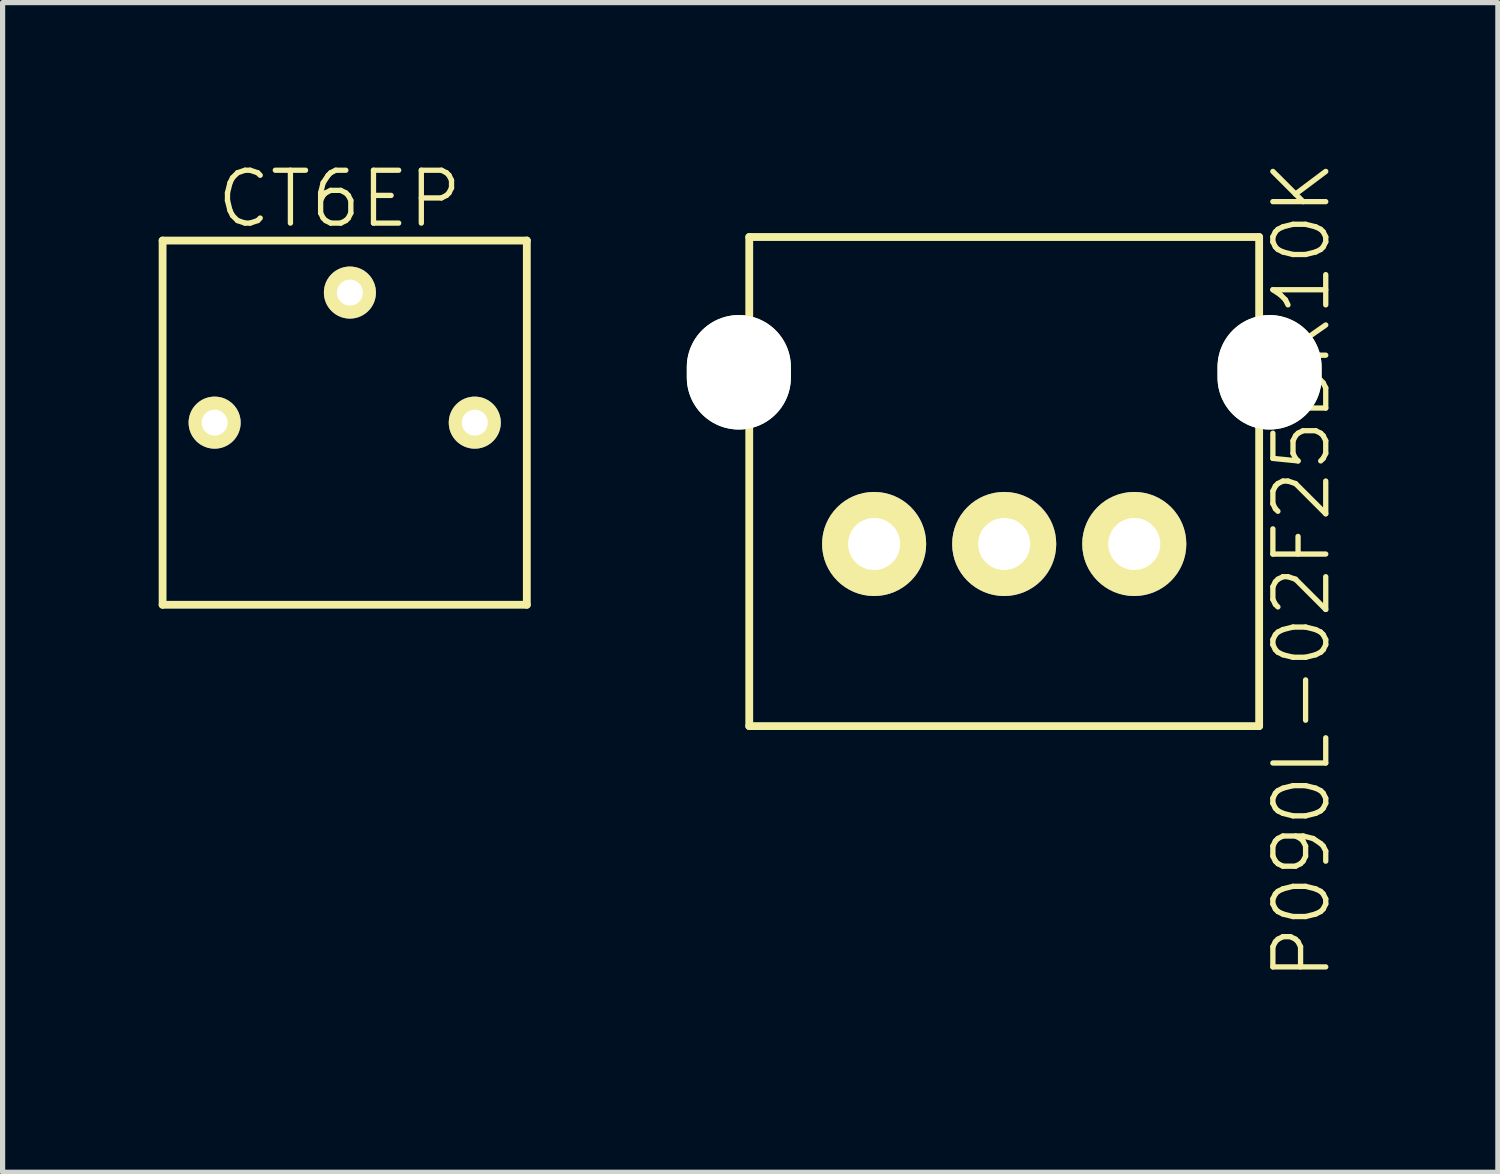
<source format=kicad_pcb>
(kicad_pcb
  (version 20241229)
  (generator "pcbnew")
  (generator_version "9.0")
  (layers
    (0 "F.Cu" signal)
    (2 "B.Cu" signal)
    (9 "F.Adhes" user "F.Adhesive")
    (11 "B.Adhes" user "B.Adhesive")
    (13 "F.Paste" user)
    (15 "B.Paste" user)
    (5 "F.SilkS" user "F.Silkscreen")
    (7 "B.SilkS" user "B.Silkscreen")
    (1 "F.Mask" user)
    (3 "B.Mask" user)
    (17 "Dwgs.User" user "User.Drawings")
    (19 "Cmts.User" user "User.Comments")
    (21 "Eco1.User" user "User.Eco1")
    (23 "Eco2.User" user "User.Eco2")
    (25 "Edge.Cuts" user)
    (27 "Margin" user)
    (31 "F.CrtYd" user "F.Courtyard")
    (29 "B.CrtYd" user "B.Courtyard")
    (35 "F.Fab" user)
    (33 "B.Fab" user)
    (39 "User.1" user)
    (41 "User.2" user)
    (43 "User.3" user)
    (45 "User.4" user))
  (footprint "P090L-02F25BR10K"
    (layer "F.Cu")
    (at 16.25 7.405)
    (property "Reference" "P090L-02F25BR10K" (at 5.715 0.508 90) (layer "F.SilkS") (effects (font (size 1.016 1.016) (thickness 0.102))))
    (attr through_hole)
    (fp_line (start -4.9 -5.9) (end -4.9 3.5) (stroke (width 0.15) (type solid)) (layer "F.SilkS"))
    (fp_line (start -4.9 -5.9) (end 4.9 -5.9) (stroke (width 0.15) (type solid)) (layer "F.SilkS"))
    (fp_line (start -4.9 3.5) (end 4.9 3.5) (stroke (width 0.15) (type solid)) (layer "F.SilkS"))
    (fp_line (start 4.9 -5.9) (end 4.9 3.5) (stroke (width 0.15) (type solid)) (layer "F.SilkS"))
    (fp_line (start -2.5 3.5) (end -2.5 9) (stroke (width 0.15) (type solid)) (layer "Eco1.User"))
    (fp_line (start -2.5 9) (end 2.5 9) (stroke (width 0.15) (type solid)) (layer "Eco1.User"))
    (fp_line (start 2.5 9) (end 2.5 3.5) (stroke (width 0.15) (type solid)) (layer "Eco1.User"))
    (pad "" np_thru_hole oval (at -5.1 -3.3) (size 2 2.2) (drill oval 2 2.2) (layers "*.Cu" "*.Mask" "F.SilkS"))
    (pad "" np_thru_hole oval (at 5.1 -3.3) (size 2 2.2) (drill oval 2 2.2) (layers "*.Cu" "*.Mask" "F.SilkS"))
    (pad "1" thru_hole circle (at -2.5 0) (size 2 2) (drill 1) (layers "*.Cu" "*.Mask" "F.SilkS"))
    (pad "2" thru_hole circle (at 0 0) (size 2 2) (drill 1) (layers "*.Cu" "*.Mask" "F.SilkS"))
    (pad "3" thru_hole circle (at 2.5 0) (size 2 2) (drill 1) (layers "*.Cu" "*.Mask" "F.SilkS")))
  (footprint "CT6EP"
    (layer "F.Cu")
    (at 3.575 5.073)
    (property "Reference" "CT6EP" (at -0.1 -4.3 180) (layer "F.SilkS") (effects (font (size 1.016 1.016) (thickness 0.102))))
    (attr through_hole)
    (fp_line (start -3.5 -3.5) (end -3.5 3.5) (stroke (width 0.15) (type solid)) (layer "F.SilkS"))
    (fp_line (start -3.5 -3.5) (end 3.5 -3.5) (stroke (width 0.15) (type solid)) (layer "F.SilkS"))
    (fp_line (start -3.5 3.5) (end 3.5 3.5) (stroke (width 0.15) (type solid)) (layer "F.SilkS"))
    (fp_line (start 3.5 -3.5) (end 3.5 3.5) (stroke (width 0.15) (type solid)) (layer "F.SilkS"))
    (pad "1" thru_hole circle (at -2.5 0) (size 1 1) (drill 0.5) (layers "*.Cu" "*.Mask" "F.SilkS"))
    (pad "2" thru_hole circle (at 0.1 -2.5) (size 1 1) (drill 0.5) (layers "*.Cu" "*.Mask" "F.SilkS"))
    (pad "3" thru_hole circle (at 2.5 0) (size 1 1) (drill 0.5) (layers "*.Cu" "*.Mask" "F.SilkS")))
  (gr_rect
    (start -3 -3)
    (end 25.738 19.48)
    (stroke (width 0.1) (type default))
    (fill no)
    (layer "Edge.Cuts")))
</source>
